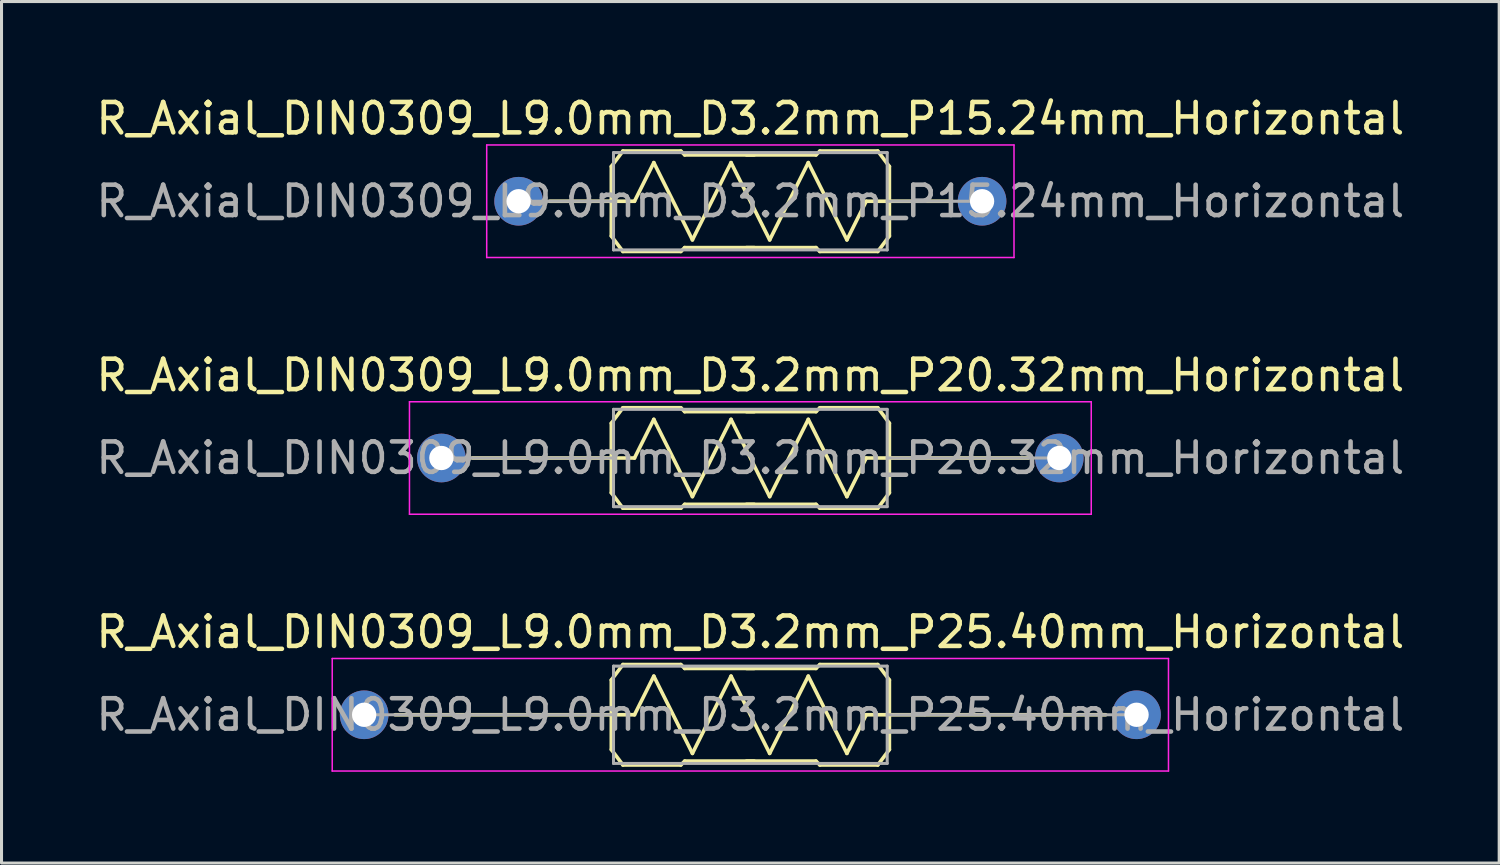
<source format=kicad_pcb>
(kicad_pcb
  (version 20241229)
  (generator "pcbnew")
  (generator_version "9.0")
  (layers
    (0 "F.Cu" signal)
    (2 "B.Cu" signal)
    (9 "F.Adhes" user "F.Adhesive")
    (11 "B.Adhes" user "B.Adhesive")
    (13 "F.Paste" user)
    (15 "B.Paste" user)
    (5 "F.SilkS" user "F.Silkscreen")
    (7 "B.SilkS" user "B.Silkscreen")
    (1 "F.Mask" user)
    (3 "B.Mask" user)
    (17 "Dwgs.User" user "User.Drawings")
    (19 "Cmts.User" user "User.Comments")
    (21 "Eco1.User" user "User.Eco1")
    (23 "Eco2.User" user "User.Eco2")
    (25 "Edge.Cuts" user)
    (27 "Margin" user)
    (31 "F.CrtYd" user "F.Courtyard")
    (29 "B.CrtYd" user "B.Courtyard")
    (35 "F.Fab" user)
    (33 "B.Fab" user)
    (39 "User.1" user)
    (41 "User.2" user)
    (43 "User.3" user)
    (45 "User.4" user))
  (footprint "R_Axial_DIN0309_L9.0mm_D3.2mm_P20.32mm_Horizontal"
    (layer "F.Cu")
    (at 11.465 12.011)
    (property "Reference" "R_Axial_DIN0309_L9.0mm_D3.2mm_P20.32mm_Horizontal" (at 10.16 -2.72 0) (layer "F.SilkS") (effects (font (size 1 1) (thickness 0.15))))
    (attr through_hole)
    (fp_line (start 5.588 -1.143) (end 5.969 -1.651) (stroke (width 0.12) (type solid)) (layer "F.SilkS"))
    (fp_line (start 5.588 0) (end 1.016 0) (stroke (width 0.12) (type solid)) (layer "F.SilkS"))
    (fp_line (start 5.588 1.143) (end 5.588 -1.143) (stroke (width 0.12) (type solid)) (layer "F.SilkS"))
    (fp_line (start 5.588 1.143) (end 5.969 1.651) (stroke (width 0.12) (type solid)) (layer "F.SilkS"))
    (fp_line (start 5.969 -1.651) (end 7.874 -1.651) (stroke (width 0.12) (type solid)) (layer "F.SilkS"))
    (fp_line (start 5.969 1.651) (end 7.874 1.651) (stroke (width 0.12) (type solid)) (layer "F.SilkS"))
    (fp_line (start 6.35 0) (end 5.588 0) (stroke (width 0.12) (type solid)) (layer "F.SilkS"))
    (fp_line (start 6.35 0) (end 6.985 -1.27) (stroke (width 0.12) (type solid)) (layer "F.SilkS"))
    (fp_line (start 6.985 -1.27) (end 8.255 1.27) (stroke (width 0.12) (type solid)) (layer "F.SilkS"))
    (fp_line (start 7.874 -1.651) (end 8.001 -1.524) (stroke (width 0.12) (type solid)) (layer "F.SilkS"))
    (fp_line (start 7.874 1.651) (end 8.001 1.524) (stroke (width 0.12) (type solid)) (layer "F.SilkS"))
    (fp_line (start 8.001 -1.524) (end 10.287 -1.524) (stroke (width 0.12) (type solid)) (layer "F.SilkS"))
    (fp_line (start 8.001 1.524) (end 10.287 1.524) (stroke (width 0.12) (type solid)) (layer "F.SilkS"))
    (fp_line (start 8.255 1.27) (end 9.525 -1.27) (stroke (width 0.12) (type solid)) (layer "F.SilkS"))
    (fp_line (start 9.525 -1.27) (end 10.795 1.27) (stroke (width 0.12) (type solid)) (layer "F.SilkS"))
    (fp_line (start 10.795 1.27) (end 12.065 -1.27) (stroke (width 0.12) (type solid)) (layer "F.SilkS"))
    (fp_line (start 12.065 -1.27) (end 13.335 1.27) (stroke (width 0.12) (type solid)) (layer "F.SilkS"))
    (fp_line (start 12.319 -1.524) (end 10.033 -1.524) (stroke (width 0.12) (type solid)) (layer "F.SilkS"))
    (fp_line (start 12.319 1.524) (end 10.033 1.524) (stroke (width 0.12) (type solid)) (layer "F.SilkS"))
    (fp_line (start 12.446 -1.651) (end 12.319 -1.524) (stroke (width 0.12) (type solid)) (layer "F.SilkS"))
    (fp_line (start 12.446 1.651) (end 12.319 1.524) (stroke (width 0.12) (type solid)) (layer "F.SilkS"))
    (fp_line (start 13.335 1.27) (end 13.97 0) (stroke (width 0.12) (type solid)) (layer "F.SilkS"))
    (fp_line (start 13.97 0) (end 14.732 0) (stroke (width 0.12) (type solid)) (layer "F.SilkS"))
    (fp_line (start 14.351 -1.651) (end 12.446 -1.651) (stroke (width 0.12) (type solid)) (layer "F.SilkS"))
    (fp_line (start 14.351 1.651) (end 12.446 1.651) (stroke (width 0.12) (type solid)) (layer "F.SilkS"))
    (fp_line (start 14.732 -1.143) (end 14.351 -1.651) (stroke (width 0.12) (type solid)) (layer "F.SilkS"))
    (fp_line (start 14.732 0) (end 19.304 0) (stroke (width 0.12) (type solid)) (layer "F.SilkS"))
    (fp_line (start 14.732 1.143) (end 14.351 1.651) (stroke (width 0.12) (type solid)) (layer "F.SilkS"))
    (fp_line (start 14.732 1.143) (end 14.732 -1.143) (stroke (width 0.12) (type solid)) (layer "F.SilkS"))
    (fp_line (start -1.05 -1.85) (end -1.05 1.85) (stroke (width 0.05) (type solid)) (layer "F.CrtYd"))
    (fp_line (start -1.05 1.85) (end 21.37 1.85) (stroke (width 0.05) (type solid)) (layer "F.CrtYd"))
    (fp_line (start 21.37 -1.85) (end -1.05 -1.85) (stroke (width 0.05) (type solid)) (layer "F.CrtYd"))
    (fp_line (start 21.37 1.85) (end 21.37 -1.85) (stroke (width 0.05) (type solid)) (layer "F.CrtYd"))
    (fp_line (start 0 0) (end 5.66 0) (stroke (width 0.1) (type solid)) (layer "F.Fab"))
    (fp_line (start 5.66 -1.6) (end 5.66 1.6) (stroke (width 0.1) (type solid)) (layer "F.Fab"))
    (fp_line (start 5.66 1.6) (end 14.66 1.6) (stroke (width 0.1) (type solid)) (layer "F.Fab"))
    (fp_line (start 14.66 -1.6) (end 5.66 -1.6) (stroke (width 0.1) (type solid)) (layer "F.Fab"))
    (fp_line (start 14.66 1.6) (end 14.66 -1.6) (stroke (width 0.1) (type solid)) (layer "F.Fab"))
    (fp_line (start 20.32 0) (end 14.66 0) (stroke (width 0.1) (type solid)) (layer "F.Fab"))
    (fp_text user "${REFERENCE}" (at 10.16 0 0) (layer "F.Fab") (effects (font (size 1 1) (thickness 0.15))))
    (pad "1" thru_hole circle (at 0 0) (size 1.6 1.6) (drill 0.8) (layers "*.Cu" "*.Mask"))
    (pad "2" thru_hole oval (at 20.32 0) (size 1.6 1.6) (drill 0.8) (layers "*.Cu" "*.Mask")))
  (footprint "R_Axial_DIN0309_L9.0mm_D3.2mm_P25.40mm_Horizontal"
    (layer "F.Cu")
    (at 8.925 20.455)
    (property "Reference" "R_Axial_DIN0309_L9.0mm_D3.2mm_P25.40mm_Horizontal" (at 12.7 -2.72 0) (layer "F.SilkS") (effects (font (size 1 1) (thickness 0.15))))
    (attr through_hole)
    (fp_line (start 8.128 -1.143) (end 8.509 -1.651) (stroke (width 0.12) (type solid)) (layer "F.SilkS"))
    (fp_line (start 8.128 0) (end 1.016 0) (stroke (width 0.12) (type solid)) (layer "F.SilkS"))
    (fp_line (start 8.128 1.143) (end 8.128 -1.143) (stroke (width 0.12) (type solid)) (layer "F.SilkS"))
    (fp_line (start 8.128 1.143) (end 8.509 1.651) (stroke (width 0.12) (type solid)) (layer "F.SilkS"))
    (fp_line (start 8.509 -1.651) (end 10.414 -1.651) (stroke (width 0.12) (type solid)) (layer "F.SilkS"))
    (fp_line (start 8.509 1.651) (end 10.414 1.651) (stroke (width 0.12) (type solid)) (layer "F.SilkS"))
    (fp_line (start 8.89 0) (end 8.128 0) (stroke (width 0.12) (type solid)) (layer "F.SilkS"))
    (fp_line (start 8.89 0) (end 9.525 -1.27) (stroke (width 0.12) (type solid)) (layer "F.SilkS"))
    (fp_line (start 9.525 -1.27) (end 10.795 1.27) (stroke (width 0.12) (type solid)) (layer "F.SilkS"))
    (fp_line (start 10.414 -1.651) (end 10.541 -1.524) (stroke (width 0.12) (type solid)) (layer "F.SilkS"))
    (fp_line (start 10.414 1.651) (end 10.541 1.524) (stroke (width 0.12) (type solid)) (layer "F.SilkS"))
    (fp_line (start 10.541 -1.524) (end 12.827 -1.524) (stroke (width 0.12) (type solid)) (layer "F.SilkS"))
    (fp_line (start 10.541 1.524) (end 12.827 1.524) (stroke (width 0.12) (type solid)) (layer "F.SilkS"))
    (fp_line (start 10.795 1.27) (end 12.065 -1.27) (stroke (width 0.12) (type solid)) (layer "F.SilkS"))
    (fp_line (start 12.065 -1.27) (end 13.335 1.27) (stroke (width 0.12) (type solid)) (layer "F.SilkS"))
    (fp_line (start 13.335 1.27) (end 14.605 -1.27) (stroke (width 0.12) (type solid)) (layer "F.SilkS"))
    (fp_line (start 14.605 -1.27) (end 15.875 1.27) (stroke (width 0.12) (type solid)) (layer "F.SilkS"))
    (fp_line (start 14.859 -1.524) (end 12.573 -1.524) (stroke (width 0.12) (type solid)) (layer "F.SilkS"))
    (fp_line (start 14.859 1.524) (end 12.573 1.524) (stroke (width 0.12) (type solid)) (layer "F.SilkS"))
    (fp_line (start 14.986 -1.651) (end 14.859 -1.524) (stroke (width 0.12) (type solid)) (layer "F.SilkS"))
    (fp_line (start 14.986 1.651) (end 14.859 1.524) (stroke (width 0.12) (type solid)) (layer "F.SilkS"))
    (fp_line (start 15.875 1.27) (end 16.51 0) (stroke (width 0.12) (type solid)) (layer "F.SilkS"))
    (fp_line (start 16.51 0) (end 17.272 0) (stroke (width 0.12) (type solid)) (layer "F.SilkS"))
    (fp_line (start 16.891 -1.651) (end 14.986 -1.651) (stroke (width 0.12) (type solid)) (layer "F.SilkS"))
    (fp_line (start 16.891 1.651) (end 14.986 1.651) (stroke (width 0.12) (type solid)) (layer "F.SilkS"))
    (fp_line (start 17.272 -1.143) (end 16.891 -1.651) (stroke (width 0.12) (type solid)) (layer "F.SilkS"))
    (fp_line (start 17.272 0) (end 24.384 0) (stroke (width 0.12) (type solid)) (layer "F.SilkS"))
    (fp_line (start 17.272 1.143) (end 16.891 1.651) (stroke (width 0.12) (type solid)) (layer "F.SilkS"))
    (fp_line (start 17.272 1.143) (end 17.272 -1.143) (stroke (width 0.12) (type solid)) (layer "F.SilkS"))
    (fp_line (start -1.05 -1.85) (end -1.05 1.85) (stroke (width 0.05) (type solid)) (layer "F.CrtYd"))
    (fp_line (start -1.05 1.85) (end 26.45 1.85) (stroke (width 0.05) (type solid)) (layer "F.CrtYd"))
    (fp_line (start 26.45 -1.85) (end -1.05 -1.85) (stroke (width 0.05) (type solid)) (layer "F.CrtYd"))
    (fp_line (start 26.45 1.85) (end 26.45 -1.85) (stroke (width 0.05) (type solid)) (layer "F.CrtYd"))
    (fp_line (start 0 0) (end 8.2 0) (stroke (width 0.1) (type solid)) (layer "F.Fab"))
    (fp_line (start 8.2 -1.6) (end 8.2 1.6) (stroke (width 0.1) (type solid)) (layer "F.Fab"))
    (fp_line (start 8.2 1.6) (end 17.2 1.6) (stroke (width 0.1) (type solid)) (layer "F.Fab"))
    (fp_line (start 17.2 -1.6) (end 8.2 -1.6) (stroke (width 0.1) (type solid)) (layer "F.Fab"))
    (fp_line (start 17.2 1.6) (end 17.2 -1.6) (stroke (width 0.1) (type solid)) (layer "F.Fab"))
    (fp_line (start 25.4 0) (end 17.2 0) (stroke (width 0.1) (type solid)) (layer "F.Fab"))
    (fp_text user "${REFERENCE}" (at 12.7 0 0) (layer "F.Fab") (effects (font (size 1 1) (thickness 0.15))))
    (pad "1" thru_hole circle (at 0 0) (size 1.6 1.6) (drill 0.8) (layers "*.Cu" "*.Mask"))
    (pad "2" thru_hole oval (at 25.4 0) (size 1.6 1.6) (drill 0.8) (layers "*.Cu" "*.Mask")))
  (footprint "R_Axial_DIN0309_L9.0mm_D3.2mm_P15.24mm_Horizontal"
    (layer "F.Cu")
    (at 14.005 3.568)
    (property "Reference" "R_Axial_DIN0309_L9.0mm_D3.2mm_P15.24mm_Horizontal" (at 7.62 -2.72 0) (layer "F.SilkS") (effects (font (size 1 1) (thickness 0.15))))
    (attr through_hole)
    (fp_line (start 3.048 -1.143) (end 3.429 -1.651) (stroke (width 0.12) (type solid)) (layer "F.SilkS"))
    (fp_line (start 3.048 0) (end 1.016 0) (stroke (width 0.12) (type solid)) (layer "F.SilkS"))
    (fp_line (start 3.048 1.143) (end 3.048 -1.143) (stroke (width 0.12) (type solid)) (layer "F.SilkS"))
    (fp_line (start 3.048 1.143) (end 3.429 1.651) (stroke (width 0.12) (type solid)) (layer "F.SilkS"))
    (fp_line (start 3.429 -1.651) (end 5.334 -1.651) (stroke (width 0.12) (type solid)) (layer "F.SilkS"))
    (fp_line (start 3.429 1.651) (end 5.334 1.651) (stroke (width 0.12) (type solid)) (layer "F.SilkS"))
    (fp_line (start 3.81 0) (end 3.048 0) (stroke (width 0.12) (type solid)) (layer "F.SilkS"))
    (fp_line (start 3.81 0) (end 4.445 -1.27) (stroke (width 0.12) (type solid)) (layer "F.SilkS"))
    (fp_line (start 4.445 -1.27) (end 5.715 1.27) (stroke (width 0.12) (type solid)) (layer "F.SilkS"))
    (fp_line (start 5.334 -1.651) (end 5.461 -1.524) (stroke (width 0.12) (type solid)) (layer "F.SilkS"))
    (fp_line (start 5.334 1.651) (end 5.461 1.524) (stroke (width 0.12) (type solid)) (layer "F.SilkS"))
    (fp_line (start 5.461 -1.524) (end 7.747 -1.524) (stroke (width 0.12) (type solid)) (layer "F.SilkS"))
    (fp_line (start 5.461 1.524) (end 7.747 1.524) (stroke (width 0.12) (type solid)) (layer "F.SilkS"))
    (fp_line (start 5.715 1.27) (end 6.985 -1.27) (stroke (width 0.12) (type solid)) (layer "F.SilkS"))
    (fp_line (start 6.985 -1.27) (end 8.255 1.27) (stroke (width 0.12) (type solid)) (layer "F.SilkS"))
    (fp_line (start 8.255 1.27) (end 9.525 -1.27) (stroke (width 0.12) (type solid)) (layer "F.SilkS"))
    (fp_line (start 9.525 -1.27) (end 10.795 1.27) (stroke (width 0.12) (type solid)) (layer "F.SilkS"))
    (fp_line (start 9.779 -1.524) (end 7.493 -1.524) (stroke (width 0.12) (type solid)) (layer "F.SilkS"))
    (fp_line (start 9.779 1.524) (end 7.493 1.524) (stroke (width 0.12) (type solid)) (layer "F.SilkS"))
    (fp_line (start 9.906 -1.651) (end 9.779 -1.524) (stroke (width 0.12) (type solid)) (layer "F.SilkS"))
    (fp_line (start 9.906 1.651) (end 9.779 1.524) (stroke (width 0.12) (type solid)) (layer "F.SilkS"))
    (fp_line (start 10.795 1.27) (end 11.43 0) (stroke (width 0.12) (type solid)) (layer "F.SilkS"))
    (fp_line (start 11.43 0) (end 12.192 0) (stroke (width 0.12) (type solid)) (layer "F.SilkS"))
    (fp_line (start 11.811 -1.651) (end 9.906 -1.651) (stroke (width 0.12) (type solid)) (layer "F.SilkS"))
    (fp_line (start 11.811 1.651) (end 9.906 1.651) (stroke (width 0.12) (type solid)) (layer "F.SilkS"))
    (fp_line (start 12.192 -1.143) (end 11.811 -1.651) (stroke (width 0.12) (type solid)) (layer "F.SilkS"))
    (fp_line (start 12.192 0) (end 14.224 0) (stroke (width 0.12) (type solid)) (layer "F.SilkS"))
    (fp_line (start 12.192 1.143) (end 11.811 1.651) (stroke (width 0.12) (type solid)) (layer "F.SilkS"))
    (fp_line (start 12.192 1.143) (end 12.192 -1.143) (stroke (width 0.12) (type solid)) (layer "F.SilkS"))
    (fp_line (start -1.05 -1.85) (end -1.05 1.85) (stroke (width 0.05) (type solid)) (layer "F.CrtYd"))
    (fp_line (start -1.05 1.85) (end 16.29 1.85) (stroke (width 0.05) (type solid)) (layer "F.CrtYd"))
    (fp_line (start 16.29 -1.85) (end -1.05 -1.85) (stroke (width 0.05) (type solid)) (layer "F.CrtYd"))
    (fp_line (start 16.29 1.85) (end 16.29 -1.85) (stroke (width 0.05) (type solid)) (layer "F.CrtYd"))
    (fp_line (start 0 0) (end 3.12 0) (stroke (width 0.1) (type solid)) (layer "F.Fab"))
    (fp_line (start 3.12 -1.6) (end 3.12 1.6) (stroke (width 0.1) (type solid)) (layer "F.Fab"))
    (fp_line (start 3.12 1.6) (end 12.12 1.6) (stroke (width 0.1) (type solid)) (layer "F.Fab"))
    (fp_line (start 12.12 -1.6) (end 3.12 -1.6) (stroke (width 0.1) (type solid)) (layer "F.Fab"))
    (fp_line (start 12.12 1.6) (end 12.12 -1.6) (stroke (width 0.1) (type solid)) (layer "F.Fab"))
    (fp_line (start 15.24 0) (end 12.12 0) (stroke (width 0.1) (type solid)) (layer "F.Fab"))
    (fp_text user "${REFERENCE}" (at 7.62 0 0) (layer "F.Fab") (effects (font (size 1 1) (thickness 0.15))))
    (pad "1" thru_hole circle (at 0 0) (size 1.6 1.6) (drill 0.8) (layers "*.Cu" "*.Mask"))
    (pad "2" thru_hole oval (at 15.24 0) (size 1.6 1.6) (drill 0.8) (layers "*.Cu" "*.Mask")))
  (gr_rect
    (start -3 -3)
    (end 46.25 25.33)
    (stroke (width 0.1) (type default))
    (fill no)
    (layer "Edge.Cuts")))
</source>
